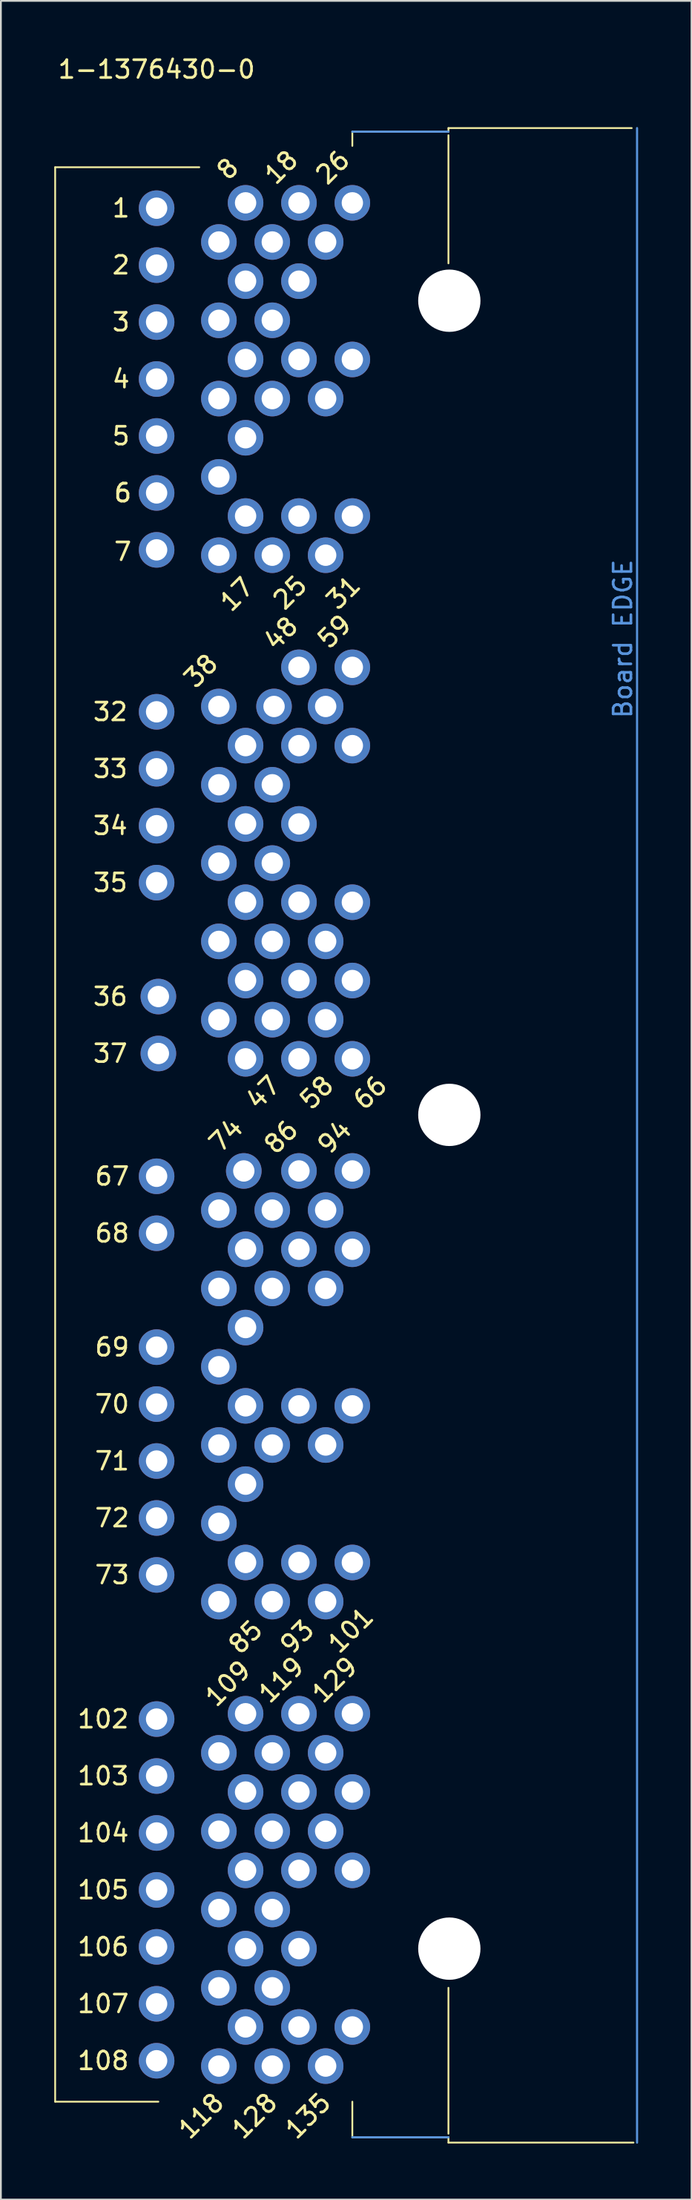
<source format=kicad_pcb>
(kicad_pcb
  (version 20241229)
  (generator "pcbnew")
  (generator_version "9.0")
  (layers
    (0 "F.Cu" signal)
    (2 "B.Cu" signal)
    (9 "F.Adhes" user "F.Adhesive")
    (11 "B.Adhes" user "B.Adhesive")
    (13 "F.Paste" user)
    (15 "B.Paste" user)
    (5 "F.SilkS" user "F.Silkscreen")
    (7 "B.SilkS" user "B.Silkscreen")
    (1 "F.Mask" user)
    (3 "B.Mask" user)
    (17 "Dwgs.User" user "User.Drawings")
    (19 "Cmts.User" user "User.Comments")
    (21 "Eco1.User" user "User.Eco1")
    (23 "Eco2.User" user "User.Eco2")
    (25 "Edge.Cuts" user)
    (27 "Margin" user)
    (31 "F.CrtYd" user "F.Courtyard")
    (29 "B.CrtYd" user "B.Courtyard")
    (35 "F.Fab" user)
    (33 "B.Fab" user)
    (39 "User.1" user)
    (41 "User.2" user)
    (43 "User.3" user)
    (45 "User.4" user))
  (footprint "1-1376430-0"
    (layer "F.Cu")
    (at 5.75 8.348)
    (property "Reference" "1-1376430-0" (at 0 -7.5 0) (layer "F.SilkS") (effects (font (size 1 1) (thickness 0.15))))
    (attr through_hole)
    (fp_line (start -5.7 -2) (end -5.7 106.7) (stroke (width 0.1) (type solid)) (layer "F.SilkS"))
    (fp_line (start -5.7 106.7) (end 0.1 106.7) (stroke (width 0.1) (type solid)) (layer "F.SilkS"))
    (fp_line (start 2.4 -2) (end -5.7 -2) (stroke (width 0.1) (type solid)) (layer "F.SilkS"))
    (fp_line (start 11 -4) (end 16.4 -4) (stroke (width 0.1) (type solid)) (layer "F.SilkS"))
    (fp_line (start 11 -3.2) (end 11 -4) (stroke (width 0.1) (type solid)) (layer "F.SilkS"))
    (fp_line (start 11 106.7) (end 11 108.7) (stroke (width 0.1) (type solid)) (layer "F.SilkS"))
    (fp_line (start 11 108.7) (end 16.4 108.7) (stroke (width 0.1) (type solid)) (layer "F.SilkS"))
    (fp_line (start 16.4 -4.2) (end 16.4 -4) (stroke (width 0.1) (type solid)) (layer "F.SilkS"))
    (fp_line (start 16.4 -3.8) (end 16.4 3.4) (stroke (width 0.1) (type solid)) (layer "F.SilkS"))
    (fp_line (start 16.4 108.5) (end 16.4 100.3) (stroke (width 0.1) (type solid)) (layer "F.SilkS"))
    (fp_line (start 16.4 108.7) (end 16.4 109) (stroke (width 0.1) (type solid)) (layer "F.SilkS"))
    (fp_line (start 16.4 109) (end 26.8 109) (stroke (width 0.1) (type solid)) (layer "F.SilkS"))
    (fp_line (start 26.7 -4.2) (end 16.4 -4.2) (stroke (width 0.1) (type solid)) (layer "F.SilkS"))
    (fp_line (start 11 -4) (end 16.4 -4) (stroke (width 0.12) (type solid)) (layer "Cmts.User"))
    (fp_line (start 11 108.7) (end 16.4 108.7) (stroke (width 0.12) (type solid)) (layer "Cmts.User"))
    (fp_line (start 27 -4.2) (end 27 109) (stroke (width 0.12) (type solid)) (layer "Cmts.User"))
    (fp_text user "6" (at -1.9 16.3 0) (layer "F.SilkS") (effects (font (size 1 1) (thickness 0.15))))
    (fp_text user "38" (at 2.5 26.3 45) (layer "F.SilkS") (effects (font (size 1 1) (thickness 0.15))))
    (fp_text user "73" (at -2.5 77.1 0) (layer "F.SilkS") (effects (font (size 1 1) (thickness 0.15))))
    (fp_text user "35" (at -2.6 38.2 0) (layer "F.SilkS") (effects (font (size 1 1) (thickness 0.15))))
    (fp_text user "48" (at 7 24.2 45) (layer "F.SilkS") (effects (font (size 1 1) (thickness 0.15))))
    (fp_text user "72" (at -2.5 73.9 0) (layer "F.SilkS") (effects (font (size 1 1) (thickness 0.15))))
    (fp_text user "26" (at 9.9 -2 45) (layer "F.SilkS") (effects (font (size 1 1) (thickness 0.15))))
    (fp_text user "106" (at -3 98 0) (layer "F.SilkS") (effects (font (size 1 1) (thickness 0.15))))
    (fp_text user "59" (at 10 24.1 45) (layer "F.SilkS") (effects (font (size 1 1) (thickness 0.15))))
    (fp_text user "67" (at -2.5 54.7 0) (layer "F.SilkS") (effects (font (size 1 1) (thickness 0.15))))
    (fp_text user "25" (at 7.5 21.9 45) (layer "F.SilkS") (effects (font (size 1 1) (thickness 0.15))))
    (fp_text user "8" (at 4 -1.9 45) (layer "F.SilkS") (effects (font (size 1 1) (thickness 0.15))))
    (fp_text user "2" (at -2 3.5 0) (layer "F.SilkS") (effects (font (size 1 1) (thickness 0.15))))
    (fp_text user "33" (at -2.6 31.8 0) (layer "F.SilkS") (effects (font (size 1 1) (thickness 0.15))))
    (fp_text user "17" (at 4.5 22 45) (layer "F.SilkS") (effects (font (size 1 1) (thickness 0.15))))
    (fp_text user "1" (at -2 0.3 0) (layer "F.SilkS") (effects (font (size 1 1) (thickness 0.15))))
    (fp_text user "107" (at -3 101.2 0) (layer "F.SilkS") (effects (font (size 1 1) (thickness 0.15))))
    (fp_text user "7" (at -1.9 19.6 0) (layer "F.SilkS") (effects (font (size 1 1) (thickness 0.15))))
    (fp_text user "3" (at -2 6.7 0) (layer "F.SilkS") (effects (font (size 1 1) (thickness 0.15))))
    (fp_text user "69" (at -2.5 64.3 0) (layer "F.SilkS") (effects (font (size 1 1) (thickness 0.15))))
    (fp_text user "119" (at 7 83 45) (layer "F.SilkS") (effects (font (size 1 1) (thickness 0.15))))
    (fp_text user "36" (at -2.6 44.6 0) (layer "F.SilkS") (effects (font (size 1 1) (thickness 0.15))))
    (fp_text user "101" (at 10.9 80.2 45) (layer "F.SilkS") (effects (font (size 1 1) (thickness 0.15))))
    (fp_text user "135" (at 8.5 107.5 45) (layer "F.SilkS") (effects (font (size 1 1) (thickness 0.15))))
    (fp_text user "105" (at -3 94.8 0) (layer "F.SilkS") (effects (font (size 1 1) (thickness 0.15))))
    (fp_text user "71" (at -2.5 70.7 0) (layer "F.SilkS") (effects (font (size 1 1) (thickness 0.15))))
    (fp_text user "66" (at 12 50 45) (layer "F.SilkS") (effects (font (size 1 1) (thickness 0.15))))
    (fp_text user "70" (at -2.5 67.5 0) (layer "F.SilkS") (effects (font (size 1 1) (thickness 0.15))))
    (fp_text user "94" (at 10 52.5 45) (layer "F.SilkS") (effects (font (size 1 1) (thickness 0.15))))
    (fp_text user "128" (at 5.5 107.5 45) (layer "F.SilkS") (effects (font (size 1 1) (thickness 0.15))))
    (fp_text user "6" (at -1.9 16.3 0) (layer "F.SilkS") (effects (font (size 1 1) (thickness 0.15))))
    (fp_text user "4" (at -2 9.9 0) (layer "F.SilkS") (effects (font (size 1 1) (thickness 0.15))))
    (fp_text user "37" (at -2.6 47.8 0) (layer "F.SilkS") (effects (font (size 1 1) (thickness 0.15))))
    (fp_text user "5" (at -2 13.1 0) (layer "F.SilkS") (effects (font (size 1 1) (thickness 0.15))))
    (fp_text user "34" (at -2.6 35 0) (layer "F.SilkS") (effects (font (size 1 1) (thickness 0.15))))
    (fp_text user "31" (at 10.5 21.9 45) (layer "F.SilkS") (effects (font (size 1 1) (thickness 0.15))))
    (fp_text user "86" (at 7 52.5 45) (layer "F.SilkS") (effects (font (size 1 1) (thickness 0.15))))
    (fp_text user "74" (at 3.9 52.4 45) (layer "F.SilkS") (effects (font (size 1 1) (thickness 0.15))))
    (fp_text user "18" (at 7 -2 45) (layer "F.SilkS") (effects (font (size 1 1) (thickness 0.15))))
    (fp_text user "102" (at -3 85.2 0) (layer "F.SilkS") (effects (font (size 1 1) (thickness 0.15))))
    (fp_text user "104" (at -3 91.6 0) (layer "F.SilkS") (effects (font (size 1 1) (thickness 0.15))))
    (fp_text user "108" (at -3 104.4 0) (layer "F.SilkS") (effects (font (size 1 1) (thickness 0.15))))
    (fp_text user "109" (at 4 83.2 45) (layer "F.SilkS") (effects (font (size 1 1) (thickness 0.15))))
    (fp_text user "58" (at 9 50 45) (layer "F.SilkS") (effects (font (size 1 1) (thickness 0.15))))
    (fp_text user "32" (at -2.6 28.6 0) (layer "F.SilkS") (effects (font (size 1 1) (thickness 0.15))))
    (fp_text user "68" (at -2.5 57.9 0) (layer "F.SilkS") (effects (font (size 1 1) (thickness 0.15))))
    (fp_text user "93" (at 7.9 80.6 45) (layer "F.SilkS") (effects (font (size 1 1) (thickness 0.15))))
    (fp_text user "47" (at 6 50 45) (layer "F.SilkS") (effects (font (size 1 1) (thickness 0.15))))
    (fp_text user "103" (at -3 88.4 0) (layer "F.SilkS") (effects (font (size 1 1) (thickness 0.15))))
    (fp_text user "85" (at 5 80.6 45) (layer "F.SilkS") (effects (font (size 1 1) (thickness 0.15))))
    (fp_text user "118" (at 2.5 107.5 45) (layer "F.SilkS") (effects (font (size 1 1) (thickness 0.15))))
    (fp_text user "129" (at 10 83 45) (layer "F.SilkS") (effects (font (size 1 1) (thickness 0.15))))
    (fp_text user "Board EDGE" (at 26.2 24.5 270) (layer "Cmts.User") (effects (font (size 1 1) (thickness 0.15))))
    (pad "" np_thru_hole circle (at 16.45 5.5) (size 3.5 3.5) (drill 3.5) (layers "*.Cu" "*.Mask"))
    (pad "" np_thru_hole circle (at 16.45 51.25) (size 3.5 3.5) (drill 3.5) (layers "*.Cu" "*.Mask"))
    (pad "" np_thru_hole circle (at 16.45 98.1) (size 3.5 3.5) (drill 3.5) (layers "*.Cu" "*.Mask"))
    (pad "1" thru_hole circle (at 0 0.3) (size 2 2) (drill 1.2) (layers "*.Cu" "*.Mask"))
    (pad "2" thru_hole circle (at 0 3.5) (size 2 2) (drill 1.2) (layers "*.Cu" "*.Mask"))
    (pad "3" thru_hole circle (at 0 6.7) (size 2 2) (drill 1.2) (layers "*.Cu" "*.Mask"))
    (pad "4" thru_hole circle (at 0 9.9) (size 2 2) (drill 1.2) (layers "*.Cu" "*.Mask"))
    (pad "5" thru_hole circle (at 0 13.1) (size 2 2) (drill 1.2) (layers "*.Cu" "*.Mask"))
    (pad "6" thru_hole circle (at 0 16.3) (size 2 2) (drill 1.2) (layers "*.Cu" "*.Mask"))
    (pad "7" thru_hole circle (at 0 19.5) (size 2 2) (drill 1.2) (layers "*.Cu" "*.Mask"))
    (pad "8" thru_hole circle (at 5 0) (size 2 2) (drill 1.2) (layers "*.Cu" "*.Mask"))
    (pad "9" thru_hole circle (at 3.5 2.2) (size 2 2) (drill 1.2) (layers "*.Cu" "*.Mask"))
    (pad "10" thru_hole circle (at 5 4.4) (size 2 2) (drill 1.2) (layers "*.Cu" "*.Mask"))
    (pad "11" thru_hole circle (at 3.5 6.6) (size 2 2) (drill 1.2) (layers "*.Cu" "*.Mask"))
    (pad "12" thru_hole circle (at 5 8.8) (size 2 2) (drill 1.2) (layers "*.Cu" "*.Mask"))
    (pad "13" thru_hole circle (at 3.5 11) (size 2 2) (drill 1.2) (layers "*.Cu" "*.Mask"))
    (pad "14" thru_hole circle (at 5 13.2) (size 2 2) (drill 1.2) (layers "*.Cu" "*.Mask"))
    (pad "15" thru_hole circle (at 3.5 15.4) (size 2 2) (drill 1.2) (layers "*.Cu" "*.Mask"))
    (pad "16" thru_hole circle (at 5 17.6) (size 2 2) (drill 1.2) (layers "*.Cu" "*.Mask"))
    (pad "17" thru_hole circle (at 3.5 19.8) (size 2 2) (drill 1.2) (layers "*.Cu" "*.Mask"))
    (pad "18" thru_hole circle (at 8 0) (size 2 2) (drill 1.2) (layers "*.Cu" "*.Mask"))
    (pad "19" thru_hole circle (at 6.5 2.2) (size 2 2) (drill 1.2) (layers "*.Cu" "*.Mask"))
    (pad "20" thru_hole circle (at 8 4.4) (size 2 2) (drill 1.2) (layers "*.Cu" "*.Mask"))
    (pad "21" thru_hole circle (at 6.5 6.6) (size 2 2) (drill 1.2) (layers "*.Cu" "*.Mask"))
    (pad "22" thru_hole circle (at 8 8.8) (size 2 2) (drill 1.2) (layers "*.Cu" "*.Mask"))
    (pad "23" thru_hole circle (at 6.5 11) (size 2 2) (drill 1.2) (layers "*.Cu" "*.Mask"))
    (pad "24" thru_hole circle (at 8 17.6) (size 2 2) (drill 1.2) (layers "*.Cu" "*.Mask"))
    (pad "25" thru_hole circle (at 6.5 19.8) (size 2 2) (drill 1.2) (layers "*.Cu" "*.Mask"))
    (pad "26" thru_hole circle (at 11 0) (size 2 2) (drill 1.2) (layers "*.Cu" "*.Mask"))
    (pad "27" thru_hole circle (at 9.5 2.2) (size 2 2) (drill 1.2) (layers "*.Cu" "*.Mask"))
    (pad "28" thru_hole circle (at 11 8.8) (size 2 2) (drill 1.2) (layers "*.Cu" "*.Mask"))
    (pad "29" thru_hole circle (at 9.5 11) (size 2 2) (drill 1.2) (layers "*.Cu" "*.Mask"))
    (pad "30" thru_hole circle (at 11 17.6) (size 2 2) (drill 1.2) (layers "*.Cu" "*.Mask"))
    (pad "31" thru_hole circle (at 9.5 19.8) (size 2 2) (drill 1.2) (layers "*.Cu" "*.Mask"))
    (pad "32" thru_hole circle (at 0 28.6) (size 2 2) (drill 1.2) (layers "*.Cu" "*.Mask"))
    (pad "33" thru_hole circle (at 0 31.8) (size 2 2) (drill 1.2) (layers "*.Cu" "*.Mask"))
    (pad "34" thru_hole circle (at 0 35) (size 2 2) (drill 1.2) (layers "*.Cu" "*.Mask"))
    (pad "35" thru_hole circle (at 0 38.2) (size 2 2) (drill 1.2) (layers "*.Cu" "*.Mask"))
    (pad "36" thru_hole circle (at 0.1 44.6) (size 2 2) (drill 1.2) (layers "*.Cu" "*.Mask"))
    (pad "37" thru_hole circle (at 0.1 47.8) (size 2 2) (drill 1.2) (layers "*.Cu" "*.Mask"))
    (pad "38" thru_hole circle (at 3.5 28.3) (size 2 2) (drill 1.2) (layers "*.Cu" "*.Mask"))
    (pad "39" thru_hole circle (at 5 30.5) (size 2 2) (drill 1.2) (layers "*.Cu" "*.Mask"))
    (pad "40" thru_hole circle (at 3.5 32.7) (size 2 2) (drill 1.2) (layers "*.Cu" "*.Mask"))
    (pad "41" thru_hole circle (at 5 34.9) (size 2 2) (drill 1.2) (layers "*.Cu" "*.Mask"))
    (pad "42" thru_hole circle (at 3.5 37.1) (size 2 2) (drill 1.2) (layers "*.Cu" "*.Mask"))
    (pad "43" thru_hole circle (at 5 39.3) (size 2 2) (drill 1.2) (layers "*.Cu" "*.Mask"))
    (pad "44" thru_hole circle (at 3.5 41.5) (size 2 2) (drill 1.2) (layers "*.Cu" "*.Mask"))
    (pad "45" thru_hole circle (at 5 43.7) (size 2 2) (drill 1.2) (layers "*.Cu" "*.Mask"))
    (pad "46" thru_hole circle (at 3.5 45.9) (size 2 2) (drill 1.2) (layers "*.Cu" "*.Mask"))
    (pad "47" thru_hole circle (at 5 48.1) (size 2 2) (drill 1.2) (layers "*.Cu" "*.Mask"))
    (pad "48" thru_hole circle (at 8 26.1) (size 2 2) (drill 1.2) (layers "*.Cu" "*.Mask"))
    (pad "49" thru_hole circle (at 6.6 28.3) (size 2 2) (drill 1.2) (layers "*.Cu" "*.Mask"))
    (pad "50" thru_hole circle (at 8 30.5) (size 2 2) (drill 1.2) (layers "*.Cu" "*.Mask"))
    (pad "51" thru_hole circle (at 6.5 32.7) (size 2 2) (drill 1.2) (layers "*.Cu" "*.Mask"))
    (pad "52" thru_hole circle (at 8 34.9) (size 2 2) (drill 1.2) (layers "*.Cu" "*.Mask"))
    (pad "53" thru_hole circle (at 6.5 37.1) (size 2 2) (drill 1.2) (layers "*.Cu" "*.Mask"))
    (pad "54" thru_hole circle (at 8 39.3) (size 2 2) (drill 1.2) (layers "*.Cu" "*.Mask"))
    (pad "55" thru_hole circle (at 6.5 41.5) (size 2 2) (drill 1.2) (layers "*.Cu" "*.Mask"))
    (pad "56" thru_hole circle (at 8 43.7) (size 2 2) (drill 1.2) (layers "*.Cu" "*.Mask"))
    (pad "57" thru_hole circle (at 6.5 45.9) (size 2 2) (drill 1.2) (layers "*.Cu" "*.Mask"))
    (pad "58" thru_hole circle (at 8 48.1) (size 2 2) (drill 1.2) (layers "*.Cu" "*.Mask"))
    (pad "59" thru_hole circle (at 11 26.1) (size 2 2) (drill 1.2) (layers "*.Cu" "*.Mask"))
    (pad "60" thru_hole circle (at 9.5 28.3) (size 2 2) (drill 1.2) (layers "*.Cu" "*.Mask"))
    (pad "61" thru_hole circle (at 11 30.5) (size 2 2) (drill 1.2) (layers "*.Cu" "*.Mask"))
    (pad "62" thru_hole circle (at 11 39.3) (size 2 2) (drill 1.2) (layers "*.Cu" "*.Mask"))
    (pad "63" thru_hole circle (at 9.5 41.5) (size 2 2) (drill 1.2) (layers "*.Cu" "*.Mask"))
    (pad "64" thru_hole circle (at 11 43.7) (size 2 2) (drill 1.2) (layers "*.Cu" "*.Mask"))
    (pad "65" thru_hole circle (at 9.5 45.9) (size 2 2) (drill 1.2) (layers "*.Cu" "*.Mask"))
    (pad "66" thru_hole circle (at 11 48.1) (size 2 2) (drill 1.2) (layers "*.Cu" "*.Mask"))
    (pad "67" thru_hole circle (at 0 54.7) (size 2 2) (drill 1.2) (layers "*.Cu" "*.Mask"))
    (pad "68" thru_hole circle (at 0 57.9) (size 2 2) (drill 1.2) (layers "*.Cu" "*.Mask"))
    (pad "69" thru_hole circle (at 0 64.3) (size 2 2) (drill 1.2) (layers "*.Cu" "*.Mask"))
    (pad "70" thru_hole circle (at 0 67.5) (size 2 2) (drill 1.2) (layers "*.Cu" "*.Mask"))
    (pad "71" thru_hole circle (at 0 70.7) (size 2 2) (drill 1.2) (layers "*.Cu" "*.Mask"))
    (pad "72" thru_hole circle (at 0 73.9) (size 2 2) (drill 1.2) (layers "*.Cu" "*.Mask"))
    (pad "73" thru_hole circle (at 0 77.1) (size 2 2) (drill 1.2) (layers "*.Cu" "*.Mask"))
    (pad "74" thru_hole circle (at 4.9 54.4) (size 2 2) (drill 1.2) (layers "*.Cu" "*.Mask"))
    (pad "75" thru_hole circle (at 3.5 56.6) (size 2 2) (drill 1.2) (layers "*.Cu" "*.Mask"))
    (pad "76" thru_hole circle (at 5 58.8) (size 2 2) (drill 1.2) (layers "*.Cu" "*.Mask"))
    (pad "77" thru_hole circle (at 3.5 61) (size 2 2) (drill 1.2) (layers "*.Cu" "*.Mask"))
    (pad "78" thru_hole circle (at 5 63.2) (size 2 2) (drill 1.2) (layers "*.Cu" "*.Mask"))
    (pad "79" thru_hole circle (at 3.5 65.4) (size 2 2) (drill 1.2) (layers "*.Cu" "*.Mask"))
    (pad "80" thru_hole circle (at 5 67.6) (size 2 2) (drill 1.2) (layers "*.Cu" "*.Mask"))
    (pad "81" thru_hole circle (at 3.5 69.8) (size 2 2) (drill 1.2) (layers "*.Cu" "*.Mask"))
    (pad "82" thru_hole circle (at 5 72) (size 2 2) (drill 1.2) (layers "*.Cu" "*.Mask"))
    (pad "83" thru_hole circle (at 3.5 74.2) (size 2 2) (drill 1.2) (layers "*.Cu" "*.Mask"))
    (pad "84" thru_hole circle (at 5 76.4) (size 2 2) (drill 1.2) (layers "*.Cu" "*.Mask"))
    (pad "85" thru_hole circle (at 3.5 78.6) (size 2 2) (drill 1.2) (layers "*.Cu" "*.Mask"))
    (pad "86" thru_hole circle (at 8 54.4) (size 2 2) (drill 1.2) (layers "*.Cu" "*.Mask"))
    (pad "87" thru_hole circle (at 6.5 56.6) (size 2 2) (drill 1.2) (layers "*.Cu" "*.Mask"))
    (pad "88" thru_hole circle (at 8 58.8) (size 2 2) (drill 1.2) (layers "*.Cu" "*.Mask"))
    (pad "89" thru_hole circle (at 6.5 61) (size 2 2) (drill 1.2) (layers "*.Cu" "*.Mask"))
    (pad "90" thru_hole circle (at 8 67.6) (size 2 2) (drill 1.2) (layers "*.Cu" "*.Mask"))
    (pad "91" thru_hole circle (at 6.5 69.8) (size 2 2) (drill 1.2) (layers "*.Cu" "*.Mask"))
    (pad "92" thru_hole circle (at 8 76.4) (size 2 2) (drill 1.2) (layers "*.Cu" "*.Mask"))
    (pad "93" thru_hole circle (at 6.5 78.6) (size 2 2) (drill 1.2) (layers "*.Cu" "*.Mask"))
    (pad "94" thru_hole circle (at 11 54.4) (size 2 2) (drill 1.2) (layers "*.Cu" "*.Mask"))
    (pad "95" thru_hole circle (at 9.5 56.6) (size 2 2) (drill 1.2) (layers "*.Cu" "*.Mask"))
    (pad "96" thru_hole circle (at 11 58.8) (size 2 2) (drill 1.2) (layers "*.Cu" "*.Mask"))
    (pad "97" thru_hole circle (at 9.5 61) (size 2 2) (drill 1.2) (layers "*.Cu" "*.Mask"))
    (pad "98" thru_hole circle (at 11 67.6) (size 2 2) (drill 1.2) (layers "*.Cu" "*.Mask"))
    (pad "99" thru_hole circle (at 9.5 69.8) (size 2 2) (drill 1.2) (layers "*.Cu" "*.Mask"))
    (pad "100" thru_hole circle (at 11 76.4) (size 2 2) (drill 1.2) (layers "*.Cu" "*.Mask"))
    (pad "101" thru_hole circle (at 9.5 78.6) (size 2 2) (drill 1.2) (layers "*.Cu" "*.Mask"))
    (pad "102" thru_hole circle (at 0 85.2) (size 2 2) (drill 1.2) (layers "*.Cu" "*.Mask"))
    (pad "103" thru_hole circle (at 0 88.4) (size 2 2) (drill 1.2) (layers "*.Cu" "*.Mask"))
    (pad "104" thru_hole circle (at 0 91.6) (size 2 2) (drill 1.2) (layers "*.Cu" "*.Mask"))
    (pad "105" thru_hole circle (at 0 94.8) (size 2 2) (drill 1.2) (layers "*.Cu" "*.Mask"))
    (pad "106" thru_hole circle (at 0 98) (size 2 2) (drill 1.2) (layers "*.Cu" "*.Mask"))
    (pad "107" thru_hole circle (at 0 101.2) (size 2 2) (drill 1.2) (layers "*.Cu" "*.Mask"))
    (pad "108" thru_hole circle (at 0 104.4) (size 2 2) (drill 1.2) (layers "*.Cu" "*.Mask"))
    (pad "109" thru_hole circle (at 5 84.9) (size 2 2) (drill 1.2) (layers "*.Cu" "*.Mask"))
    (pad "110" thru_hole circle (at 3.5 87.1) (size 2 2) (drill 1.2) (layers "*.Cu" "*.Mask"))
    (pad "111" thru_hole circle (at 5 89.3) (size 2 2) (drill 1.2) (layers "*.Cu" "*.Mask"))
    (pad "112" thru_hole circle (at 3.5 91.5) (size 2 2) (drill 1.2) (layers "*.Cu" "*.Mask"))
    (pad "113" thru_hole circle (at 5 93.7) (size 2 2) (drill 1.2) (layers "*.Cu" "*.Mask"))
    (pad "114" thru_hole circle (at 3.5 95.9) (size 2 2) (drill 1.2) (layers "*.Cu" "*.Mask"))
    (pad "115" thru_hole circle (at 5 98.1) (size 2 2) (drill 1.2) (layers "*.Cu" "*.Mask"))
    (pad "116" thru_hole circle (at 3.5 100.3) (size 2 2) (drill 1.2) (layers "*.Cu" "*.Mask"))
    (pad "117" thru_hole circle (at 5 102.5) (size 2 2) (drill 1.2) (layers "*.Cu" "*.Mask"))
    (pad "118" thru_hole circle (at 3.5 104.7) (size 2 2) (drill 1.2) (layers "*.Cu" "*.Mask"))
    (pad "119" thru_hole circle (at 8 84.9) (size 2 2) (drill 1.2) (layers "*.Cu" "*.Mask"))
    (pad "120" thru_hole circle (at 6.5 87.1) (size 2 2) (drill 1.2) (layers "*.Cu" "*.Mask"))
    (pad "121" thru_hole circle (at 8 89.3) (size 2 2) (drill 1.2) (layers "*.Cu" "*.Mask"))
    (pad "122" thru_hole circle (at 6.5 91.5) (size 2 2) (drill 1.2) (layers "*.Cu" "*.Mask"))
    (pad "123" thru_hole circle (at 8 93.7) (size 2 2) (drill 1.2) (layers "*.Cu" "*.Mask"))
    (pad "124" thru_hole circle (at 6.5 95.9) (size 2 2) (drill 1.2) (layers "*.Cu" "*.Mask"))
    (pad "125" thru_hole circle (at 8 98.1) (size 2 2) (drill 1.2) (layers "*.Cu" "*.Mask"))
    (pad "126" thru_hole circle (at 6.5 100.3) (size 2 2) (drill 1.2) (layers "*.Cu" "*.Mask"))
    (pad "127" thru_hole circle (at 8 102.5) (size 2 2) (drill 1.2) (layers "*.Cu" "*.Mask"))
    (pad "128" thru_hole circle (at 6.5 104.7) (size 2 2) (drill 1.2) (layers "*.Cu" "*.Mask"))
    (pad "129" thru_hole circle (at 11 84.9) (size 2 2) (drill 1.2) (layers "*.Cu" "*.Mask"))
    (pad "130" thru_hole circle (at 9.5 87.1) (size 2 2) (drill 1.2) (layers "*.Cu" "*.Mask"))
    (pad "131" thru_hole circle (at 11 89.3) (size 2 2) (drill 1.2) (layers "*.Cu" "*.Mask"))
    (pad "132" thru_hole circle (at 9.5 91.5) (size 2 2) (drill 1.2) (layers "*.Cu" "*.Mask"))
    (pad "133" thru_hole circle (at 11 93.7) (size 2 2) (drill 1.2) (layers "*.Cu" "*.Mask"))
    (pad "134" thru_hole circle (at 11 102.5) (size 2 2) (drill 1.2) (layers "*.Cu" "*.Mask"))
    (pad "135" thru_hole circle (at 9.5 104.7) (size 2 2) (drill 1.2) (layers "*.Cu" "*.Mask")))
  (gr_rect
    (start -3 -3)
    (end 35.81 120.547)
    (stroke (width 0.1) (type default))
    (fill no)
    (layer "Edge.Cuts")))
</source>
